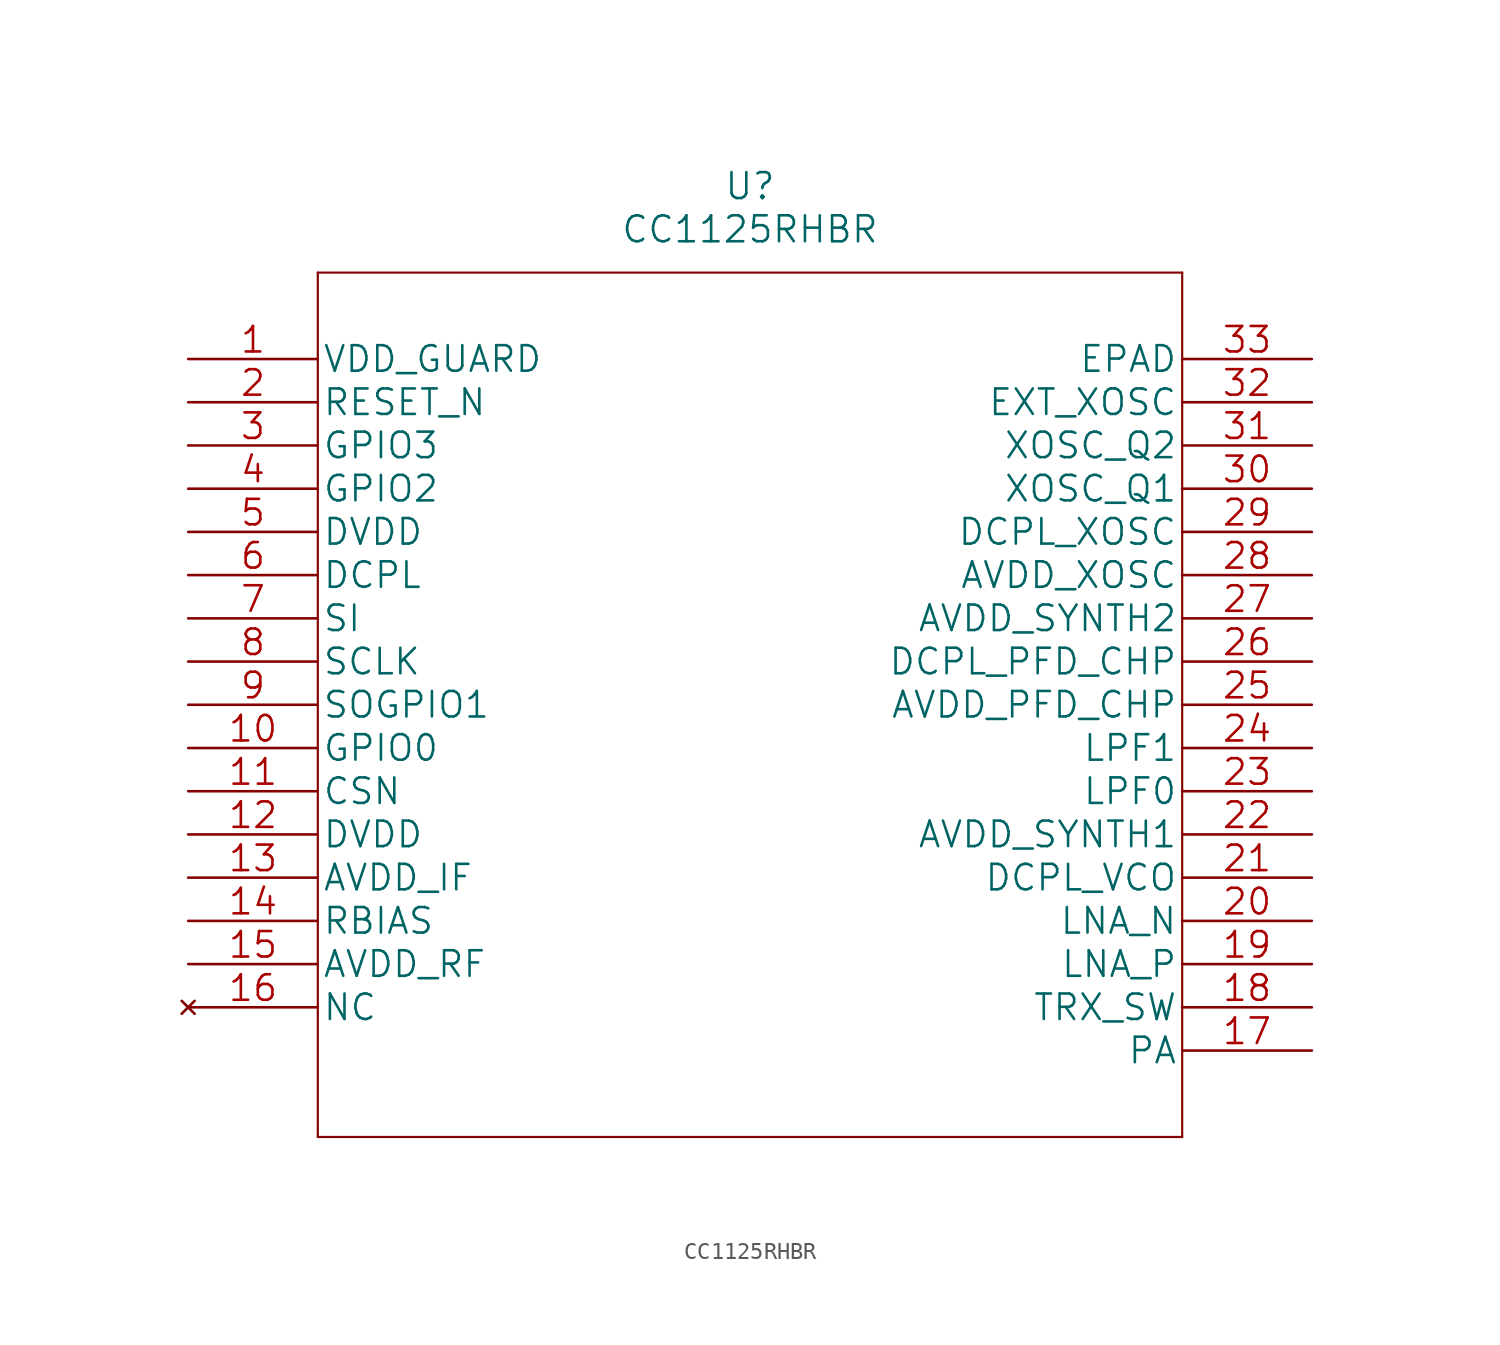
<source format=kicad_sym>
(kicad_symbol_lib
  (version 20201005)
  (generator kicad_symbol_editor)
  (symbol "CC1125RHBR"
    (pin_names
      (offset 0.254))
    (property "Reference" "U"
      (at 33.02 10.16 0)
      (effects (font (size 1.524 1.524))))
    (property "Value" "CC1125RHBR"
      (at 33.02 7.62 0)
      (effects (font (size 1.524 1.524))))
    (property "Datasheet" ""
      (at 0 0 0)
      (effects (font (size 1.524 1.524))))
    (property "ki_locked" ""
      (at 0 0 0)
      (effects (font (size 1.27 1.27))))
    (symbol "CC1125RHBR_1_1"
      (polyline (pts (xy 7.62 -45.72) (xy 58.42 -45.72)) (stroke (width 0.127)) (fill (type none)))
      (polyline (pts (xy 7.62 5.08) (xy 7.62 -45.72)) (stroke (width 0.127)) (fill (type none)))
      (polyline (pts (xy 58.42 -45.72) (xy 58.42 5.08)) (stroke (width 0.127)) (fill (type none)))
      (polyline (pts (xy 58.42 5.08) (xy 7.62 5.08)) (stroke (width 0.127)) (fill (type none)))
      (pin power_in line (at 0 0 0) (length 7.62) (name "VDD_GUARD" (effects (font (size 1.499 1.499)))) (number "1" (effects (font (size 1.499 1.499)))))
      (pin bidirectional line (at 0 -22.86 0) (length 7.62) (name "GPIO0" (effects (font (size 1.499 1.499)))) (number "10" (effects (font (size 1.499 1.499)))))
      (pin input line (at 0 -25.4 0) (length 7.62) (name "CSN" (effects (font (size 1.499 1.499)))) (number "11" (effects (font (size 1.499 1.499)))))
      (pin power_in line (at 0 -27.94 0) (length 7.62) (name "DVDD" (effects (font (size 1.499 1.499)))) (number "12" (effects (font (size 1.499 1.499)))))
      (pin power_in line (at 0 -30.48 0) (length 7.62) (name "AVDD_IF" (effects (font (size 1.499 1.499)))) (number "13" (effects (font (size 1.499 1.499)))))
      (pin unspecified line (at 0 -33.02 0) (length 7.62) (name "RBIAS" (effects (font (size 1.499 1.499)))) (number "14" (effects (font (size 1.499 1.499)))))
      (pin power_in line (at 0 -35.56 0) (length 7.62) (name "AVDD_RF" (effects (font (size 1.499 1.499)))) (number "15" (effects (font (size 1.499 1.499)))))
      (pin no_connect line (at 0 -38.1 0) (length 7.62) (name "NC" (effects (font (size 1.499 1.499)))) (number "16" (effects (font (size 1.499 1.499)))))
      (pin unspecified line (at 66.04 -40.64 180) (length 7.62) (name "PA" (effects (font (size 1.499 1.499)))) (number "17" (effects (font (size 1.499 1.499)))))
      (pin unspecified line (at 66.04 -38.1 180) (length 7.62) (name "TRX_SW" (effects (font (size 1.499 1.499)))) (number "18" (effects (font (size 1.499 1.499)))))
      (pin unspecified line (at 66.04 -35.56 180) (length 7.62) (name "LNA_P" (effects (font (size 1.499 1.499)))) (number "19" (effects (font (size 1.499 1.499)))))
      (pin input line (at 0 -2.54 0) (length 7.62) (name "RESET_N" (effects (font (size 1.499 1.499)))) (number "2" (effects (font (size 1.499 1.499)))))
      (pin unspecified line (at 66.04 -33.02 180) (length 7.62) (name "LNA_N" (effects (font (size 1.499 1.499)))) (number "20" (effects (font (size 1.499 1.499)))))
      (pin power_in line (at 66.04 -30.48 180) (length 7.62) (name "DCPL_VCO" (effects (font (size 1.499 1.499)))) (number "21" (effects (font (size 1.499 1.499)))))
      (pin power_in line (at 66.04 -27.94 180) (length 7.62) (name "AVDD_SYNTH1" (effects (font (size 1.499 1.499)))) (number "22" (effects (font (size 1.499 1.499)))))
      (pin unspecified line (at 66.04 -25.4 180) (length 7.62) (name "LPF0" (effects (font (size 1.499 1.499)))) (number "23" (effects (font (size 1.499 1.499)))))
      (pin unspecified line (at 66.04 -22.86 180) (length 7.62) (name "LPF1" (effects (font (size 1.499 1.499)))) (number "24" (effects (font (size 1.499 1.499)))))
      (pin power_in line (at 66.04 -20.32 180) (length 7.62) (name "AVDD_PFD_CHP" (effects (font (size 1.499 1.499)))) (number "25" (effects (font (size 1.499 1.499)))))
      (pin power_in line (at 66.04 -17.78 180) (length 7.62) (name "DCPL_PFD_CHP" (effects (font (size 1.499 1.499)))) (number "26" (effects (font (size 1.499 1.499)))))
      (pin power_in line (at 66.04 -15.24 180) (length 7.62) (name "AVDD_SYNTH2" (effects (font (size 1.499 1.499)))) (number "27" (effects (font (size 1.499 1.499)))))
      (pin power_in line (at 66.04 -12.7 180) (length 7.62) (name "AVDD_XOSC" (effects (font (size 1.499 1.499)))) (number "28" (effects (font (size 1.499 1.499)))))
      (pin power_in line (at 66.04 -10.16 180) (length 7.62) (name "DCPL_XOSC" (effects (font (size 1.499 1.499)))) (number "29" (effects (font (size 1.499 1.499)))))
      (pin bidirectional line (at 0 -5.08 0) (length 7.62) (name "GPIO3" (effects (font (size 1.499 1.499)))) (number "3" (effects (font (size 1.499 1.499)))))
      (pin unspecified line (at 66.04 -7.62 180) (length 7.62) (name "XOSC_Q1" (effects (font (size 1.499 1.499)))) (number "30" (effects (font (size 1.499 1.499)))))
      (pin unspecified line (at 66.04 -5.08 180) (length 7.62) (name "XOSC_Q2" (effects (font (size 1.499 1.499)))) (number "31" (effects (font (size 1.499 1.499)))))
      (pin input line (at 66.04 -2.54 180) (length 7.62) (name "EXT_XOSC" (effects (font (size 1.499 1.499)))) (number "32" (effects (font (size 1.499 1.499)))))
      (pin unspecified line (at 66.04 0 180) (length 7.62) (name "EPAD" (effects (font (size 1.499 1.499)))) (number "33" (effects (font (size 1.499 1.499)))))
      (pin bidirectional line (at 0 -7.62 0) (length 7.62) (name "GPIO2" (effects (font (size 1.499 1.499)))) (number "4" (effects (font (size 1.499 1.499)))))
      (pin power_in line (at 0 -10.16 0) (length 7.62) (name "DVDD" (effects (font (size 1.499 1.499)))) (number "5" (effects (font (size 1.499 1.499)))))
      (pin power_in line (at 0 -12.7 0) (length 7.62) (name "DCPL" (effects (font (size 1.499 1.499)))) (number "6" (effects (font (size 1.499 1.499)))))
      (pin input line (at 0 -15.24 0) (length 7.62) (name "SI" (effects (font (size 1.499 1.499)))) (number "7" (effects (font (size 1.499 1.499)))))
      (pin input line (at 0 -17.78 0) (length 7.62) (name "SCLK" (effects (font (size 1.499 1.499)))) (number "8" (effects (font (size 1.499 1.499)))))
      (pin bidirectional line (at 0 -20.32 0) (length 7.62) (name "SOGPIO1" (effects (font (size 1.499 1.499)))) (number "9" (effects (font (size 1.499 1.499))))))))
</source>
